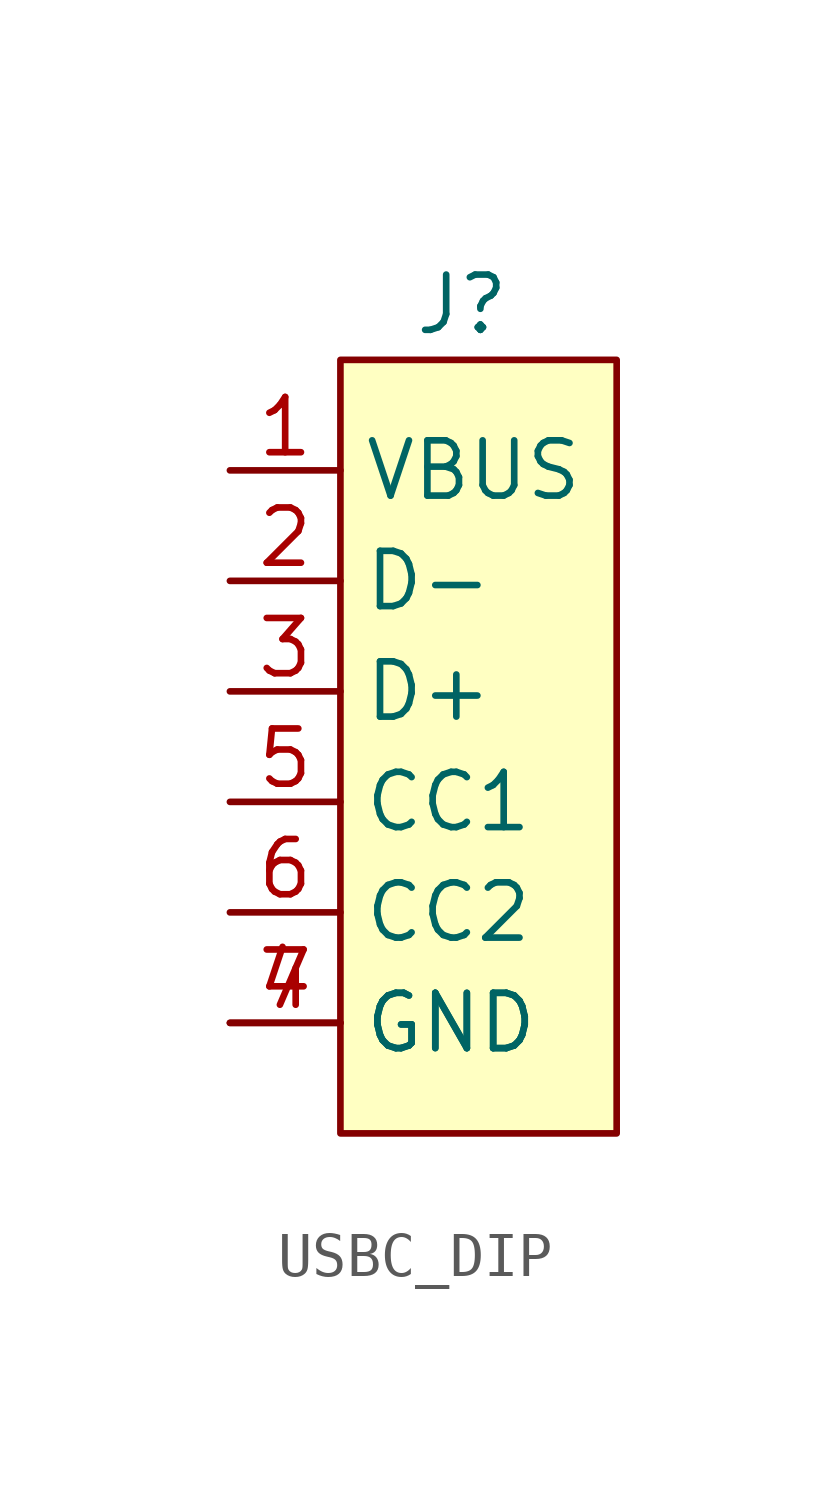
<source format=kicad_sym>
(kicad_symbol_lib
  (version 20231120)
  (generator "kicad_symbol_editor")
  (generator_version "8.0")
  (symbol "USBC_DIP"
    (property "Reference" "J"
      (at 1.524 3.81 0)
      (effects (font (size 1.27 1.27))))
    (property "Value" ""
      (at 0 0 0)
      (effects (font (size 1.27 1.27))))
    (symbol "USBC_DIP_1_1"
      (rectangle (start -1.27 2.54) (end 5.08 -15.24) (stroke (width 0) (type default)) (fill (type background)))
      (pin passive line (at -3.81 0 0) (length 2.54) (name "VBUS" (effects (font (size 1.27 1.27)))) (number "1" (effects (font (size 1.27 1.27)))))
      (pin passive line (at -3.81 -2.54 0) (length 2.54) (name "D-" (effects (font (size 1.27 1.27)))) (number "2" (effects (font (size 1.27 1.27)))))
      (pin passive line (at -3.81 -5.08 0) (length 2.54) (name "D+" (effects (font (size 1.27 1.27)))) (number "3" (effects (font (size 1.27 1.27)))))
      (pin passive line (at -3.81 -12.7 0) (length 2.54) (name "GND" (effects (font (size 1.27 1.27)))) (number "4" (effects (font (size 1.27 1.27)))))
      (pin passive line (at -3.81 -7.62 0) (length 2.54) (name "CC1" (effects (font (size 1.27 1.27)))) (number "5" (effects (font (size 1.27 1.27)))))
      (pin passive line (at -3.81 -10.16 0) (length 2.54) (name "CC2" (effects (font (size 1.27 1.27)))) (number "6" (effects (font (size 1.27 1.27)))))
      (pin passive line (at -3.81 -12.7 0) (length 2.54) (name "GND" (effects (font (size 1.27 1.27)))) (number "7" (effects (font (size 1.27 1.27))))))))
</source>
